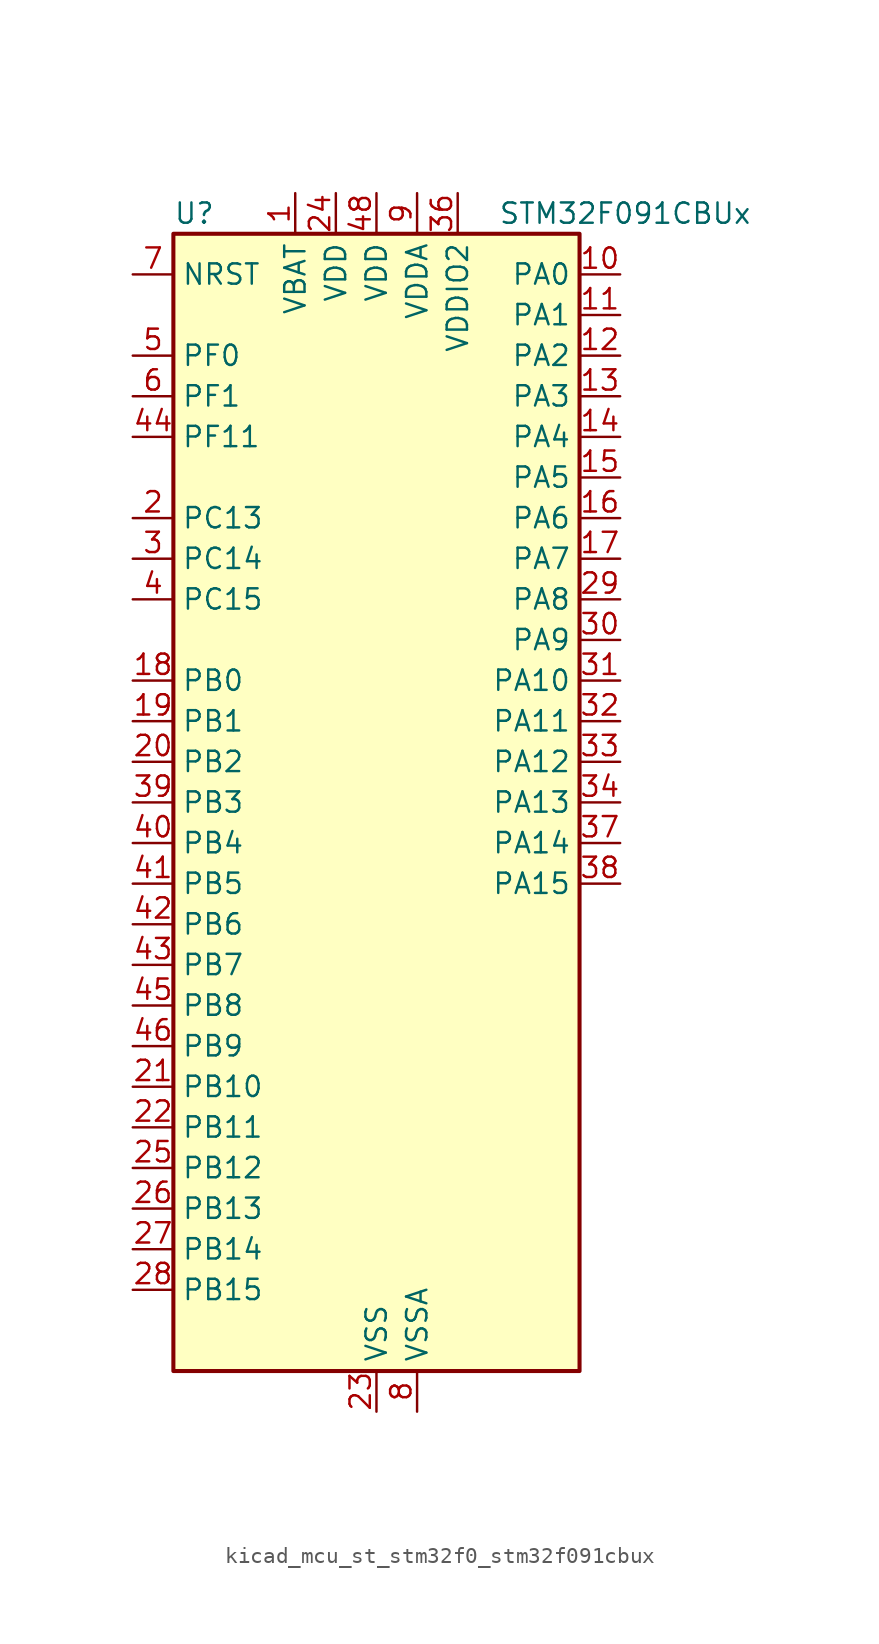
<source format=kicad_sym>
(kicad_symbol_lib
  (version 20220914)
  (generator kicad_symbol_editor)
  (symbol "kicad_mcu_st_stm32f0_stm32f091cbux"
    (property "Reference" "U"
      (at -12.7 36.83 0)
      (effects (font (size 1.27 1.27)) (justify left)))
    (property "Value" "STM32F091CBUx"
      (at 7.62 36.83 0)
      (effects (font (size 1.27 1.27)) (justify left)))
    (property "ki_locked" ""
      (at 0 0 0)
      (effects (font (size 1.27 1.27))))
    (symbol "kicad_mcu_st_stm32f0_stm32f091cbux_0_1"
      (rectangle (start -12.7 -35.56) (end 12.7 35.56) (stroke (width 0.254) (type default)) (fill (type background))))
    (symbol "kicad_mcu_st_stm32f0_stm32f091cbux_1_1"
      (pin power_in line (at -5.08 38.1 270) (length 2.54) (name "VBAT" (effects (font (size 1.27 1.27)))) (number "1" (effects (font (size 1.27 1.27)))))
      (pin bidirectional line (at 15.24 33.02 180) (length 2.54) (name "PA0" (effects (font (size 1.27 1.27)))) (number "10" (effects (font (size 1.27 1.27)))) (alternate "ADC_IN0" bidirectional line) (alternate "COMP1_INM" bidirectional line) (alternate "COMP1_OUT" bidirectional line) (alternate "RTC_TAMP2" bidirectional line) (alternate "SYS_WKUP1" bidirectional line) (alternate "TIM2_CH1" bidirectional line) (alternate "TIM2_ETR" bidirectional line) (alternate "TSC_G1_IO1" bidirectional line) (alternate "USART2_CTS" bidirectional line) (alternate "USART4_TX" bidirectional line))
      (pin bidirectional line (at 15.24 30.48 180) (length 2.54) (name "PA1" (effects (font (size 1.27 1.27)))) (number "11" (effects (font (size 1.27 1.27)))) (alternate "ADC_IN1" bidirectional line) (alternate "COMP1_INP" bidirectional line) (alternate "TIM15_CH1N" bidirectional line) (alternate "TIM2_CH2" bidirectional line) (alternate "TSC_G1_IO2" bidirectional line) (alternate "USART2_DE" bidirectional line) (alternate "USART2_RTS" bidirectional line) (alternate "USART4_RX" bidirectional line))
      (pin bidirectional line (at 15.24 27.94 180) (length 2.54) (name "PA2" (effects (font (size 1.27 1.27)))) (number "12" (effects (font (size 1.27 1.27)))) (alternate "ADC_IN2" bidirectional line) (alternate "COMP2_INM" bidirectional line) (alternate "COMP2_OUT" bidirectional line) (alternate "SYS_WKUP4" bidirectional line) (alternate "TIM15_CH1" bidirectional line) (alternate "TIM2_CH3" bidirectional line) (alternate "TSC_G1_IO3" bidirectional line) (alternate "USART2_TX" bidirectional line))
      (pin bidirectional line (at 15.24 25.4 180) (length 2.54) (name "PA3" (effects (font (size 1.27 1.27)))) (number "13" (effects (font (size 1.27 1.27)))) (alternate "ADC_IN3" bidirectional line) (alternate "COMP2_INP" bidirectional line) (alternate "TIM15_CH2" bidirectional line) (alternate "TIM2_CH4" bidirectional line) (alternate "TSC_G1_IO4" bidirectional line) (alternate "USART2_RX" bidirectional line))
      (pin bidirectional line (at 15.24 22.86 180) (length 2.54) (name "PA4" (effects (font (size 1.27 1.27)))) (number "14" (effects (font (size 1.27 1.27)))) (alternate "ADC_IN4" bidirectional line) (alternate "COMP1_INM" bidirectional line) (alternate "COMP2_INM" bidirectional line) (alternate "DAC_OUT1" bidirectional line) (alternate "I2S1_WS" bidirectional line) (alternate "SPI1_NSS" bidirectional line) (alternate "TIM14_CH1" bidirectional line) (alternate "TSC_G2_IO1" bidirectional line) (alternate "USART2_CK" bidirectional line) (alternate "USART6_TX" bidirectional line))
      (pin bidirectional line (at 15.24 20.32 180) (length 2.54) (name "PA5" (effects (font (size 1.27 1.27)))) (number "15" (effects (font (size 1.27 1.27)))) (alternate "ADC_IN5" bidirectional line) (alternate "CEC" bidirectional line) (alternate "COMP1_INM" bidirectional line) (alternate "COMP2_INM" bidirectional line) (alternate "DAC_OUT2" bidirectional line) (alternate "I2S1_CK" bidirectional line) (alternate "SPI1_SCK" bidirectional line) (alternate "TIM2_CH1" bidirectional line) (alternate "TIM2_ETR" bidirectional line) (alternate "TSC_G2_IO2" bidirectional line) (alternate "USART6_RX" bidirectional line))
      (pin bidirectional line (at 15.24 17.78 180) (length 2.54) (name "PA6" (effects (font (size 1.27 1.27)))) (number "16" (effects (font (size 1.27 1.27)))) (alternate "ADC_IN6" bidirectional line) (alternate "COMP1_OUT" bidirectional line) (alternate "I2S1_MCK" bidirectional line) (alternate "SPI1_MISO" bidirectional line) (alternate "TIM16_CH1" bidirectional line) (alternate "TIM1_BKIN" bidirectional line) (alternate "TIM3_CH1" bidirectional line) (alternate "TSC_G2_IO3" bidirectional line) (alternate "USART3_CTS" bidirectional line))
      (pin bidirectional line (at 15.24 15.24 180) (length 2.54) (name "PA7" (effects (font (size 1.27 1.27)))) (number "17" (effects (font (size 1.27 1.27)))) (alternate "ADC_IN7" bidirectional line) (alternate "COMP2_OUT" bidirectional line) (alternate "I2S1_SD" bidirectional line) (alternate "SPI1_MOSI" bidirectional line) (alternate "TIM14_CH1" bidirectional line) (alternate "TIM17_CH1" bidirectional line) (alternate "TIM1_CH1N" bidirectional line) (alternate "TIM3_CH2" bidirectional line) (alternate "TSC_G2_IO4" bidirectional line))
      (pin bidirectional line (at -15.24 7.62 0) (length 2.54) (name "PB0" (effects (font (size 1.27 1.27)))) (number "18" (effects (font (size 1.27 1.27)))) (alternate "ADC_IN8" bidirectional line) (alternate "TIM1_CH2N" bidirectional line) (alternate "TIM3_CH3" bidirectional line) (alternate "TSC_G3_IO2" bidirectional line) (alternate "USART3_CK" bidirectional line))
      (pin bidirectional line (at -15.24 5.08 0) (length 2.54) (name "PB1" (effects (font (size 1.27 1.27)))) (number "19" (effects (font (size 1.27 1.27)))) (alternate "ADC_IN9" bidirectional line) (alternate "TIM14_CH1" bidirectional line) (alternate "TIM1_CH3N" bidirectional line) (alternate "TIM3_CH4" bidirectional line) (alternate "TSC_G3_IO3" bidirectional line) (alternate "USART3_DE" bidirectional line) (alternate "USART3_RTS" bidirectional line))
      (pin bidirectional line (at -15.24 17.78 0) (length 2.54) (name "PC13" (effects (font (size 1.27 1.27)))) (number "2" (effects (font (size 1.27 1.27)))) (alternate "RTC_OUT_ALARM" bidirectional line) (alternate "RTC_OUT_CALIB" bidirectional line) (alternate "RTC_TAMP1" bidirectional line) (alternate "RTC_TS" bidirectional line) (alternate "SYS_WKUP2" bidirectional line))
      (pin bidirectional line (at -15.24 2.54 0) (length 2.54) (name "PB2" (effects (font (size 1.27 1.27)))) (number "20" (effects (font (size 1.27 1.27)))) (alternate "TSC_G3_IO4" bidirectional line))
      (pin bidirectional line (at -15.24 -17.78 0) (length 2.54) (name "PB10" (effects (font (size 1.27 1.27)))) (number "21" (effects (font (size 1.27 1.27)))) (alternate "CEC" bidirectional line) (alternate "I2C2_SCL" bidirectional line) (alternate "I2S2_CK" bidirectional line) (alternate "SPI2_SCK" bidirectional line) (alternate "TIM2_CH3" bidirectional line) (alternate "TSC_SYNC" bidirectional line) (alternate "USART3_TX" bidirectional line))
      (pin bidirectional line (at -15.24 -20.32 0) (length 2.54) (name "PB11" (effects (font (size 1.27 1.27)))) (number "22" (effects (font (size 1.27 1.27)))) (alternate "I2C2_SDA" bidirectional line) (alternate "TIM2_CH4" bidirectional line) (alternate "TSC_G6_IO1" bidirectional line) (alternate "USART3_RX" bidirectional line))
      (pin power_in line (at 0 -38.1 90) (length 2.54) (name "VSS" (effects (font (size 1.27 1.27)))) (number "23" (effects (font (size 1.27 1.27)))))
      (pin power_in line (at -2.54 38.1 270) (length 2.54) (name "VDD" (effects (font (size 1.27 1.27)))) (number "24" (effects (font (size 1.27 1.27)))))
      (pin bidirectional line (at -15.24 -22.86 0) (length 2.54) (name "PB12" (effects (font (size 1.27 1.27)))) (number "25" (effects (font (size 1.27 1.27)))) (alternate "I2S2_WS" bidirectional line) (alternate "SPI2_NSS" bidirectional line) (alternate "TIM15_BKIN" bidirectional line) (alternate "TIM1_BKIN" bidirectional line) (alternate "TSC_G6_IO2" bidirectional line) (alternate "USART3_CK" bidirectional line))
      (pin bidirectional line (at -15.24 -25.4 0) (length 2.54) (name "PB13" (effects (font (size 1.27 1.27)))) (number "26" (effects (font (size 1.27 1.27)))) (alternate "I2C2_SCL" bidirectional line) (alternate "I2S2_CK" bidirectional line) (alternate "SPI2_SCK" bidirectional line) (alternate "TIM1_CH1N" bidirectional line) (alternate "TSC_G6_IO3" bidirectional line) (alternate "USART3_CTS" bidirectional line))
      (pin bidirectional line (at -15.24 -27.94 0) (length 2.54) (name "PB14" (effects (font (size 1.27 1.27)))) (number "27" (effects (font (size 1.27 1.27)))) (alternate "I2C2_SDA" bidirectional line) (alternate "I2S2_MCK" bidirectional line) (alternate "SPI2_MISO" bidirectional line) (alternate "TIM15_CH1" bidirectional line) (alternate "TIM1_CH2N" bidirectional line) (alternate "TSC_G6_IO4" bidirectional line) (alternate "USART3_DE" bidirectional line) (alternate "USART3_RTS" bidirectional line))
      (pin bidirectional line (at -15.24 -30.48 0) (length 2.54) (name "PB15" (effects (font (size 1.27 1.27)))) (number "28" (effects (font (size 1.27 1.27)))) (alternate "I2S2_SD" bidirectional line) (alternate "RTC_REFIN" bidirectional line) (alternate "SPI2_MOSI" bidirectional line) (alternate "SYS_WKUP7" bidirectional line) (alternate "TIM15_CH1N" bidirectional line) (alternate "TIM15_CH2" bidirectional line) (alternate "TIM1_CH3N" bidirectional line))
      (pin bidirectional line (at 15.24 12.7 180) (length 2.54) (name "PA8" (effects (font (size 1.27 1.27)))) (number "29" (effects (font (size 1.27 1.27)))) (alternate "CRS_SYNC" bidirectional line) (alternate "RCC_MCO" bidirectional line) (alternate "TIM1_CH1" bidirectional line) (alternate "USART1_CK" bidirectional line))
      (pin bidirectional line (at -15.24 15.24 0) (length 2.54) (name "PC14" (effects (font (size 1.27 1.27)))) (number "3" (effects (font (size 1.27 1.27)))) (alternate "RCC_OSC32_IN" bidirectional line))
      (pin bidirectional line (at 15.24 10.16 180) (length 2.54) (name "PA9" (effects (font (size 1.27 1.27)))) (number "30" (effects (font (size 1.27 1.27)))) (alternate "DAC_EXTI9" bidirectional line) (alternate "I2C1_SCL" bidirectional line) (alternate "RCC_MCO" bidirectional line) (alternate "TIM15_BKIN" bidirectional line) (alternate "TIM1_CH2" bidirectional line) (alternate "TSC_G4_IO1" bidirectional line) (alternate "USART1_TX" bidirectional line))
      (pin bidirectional line (at 15.24 7.62 180) (length 2.54) (name "PA10" (effects (font (size 1.27 1.27)))) (number "31" (effects (font (size 1.27 1.27)))) (alternate "I2C1_SDA" bidirectional line) (alternate "TIM17_BKIN" bidirectional line) (alternate "TIM1_CH3" bidirectional line) (alternate "TSC_G4_IO2" bidirectional line) (alternate "USART1_RX" bidirectional line))
      (pin bidirectional line (at 15.24 5.08 180) (length 2.54) (name "PA11" (effects (font (size 1.27 1.27)))) (number "32" (effects (font (size 1.27 1.27)))) (alternate "CAN_RX" bidirectional line) (alternate "COMP1_OUT" bidirectional line) (alternate "I2C2_SCL" bidirectional line) (alternate "TIM1_CH4" bidirectional line) (alternate "TSC_G4_IO3" bidirectional line) (alternate "USART1_CTS" bidirectional line))
      (pin bidirectional line (at 15.24 2.54 180) (length 2.54) (name "PA12" (effects (font (size 1.27 1.27)))) (number "33" (effects (font (size 1.27 1.27)))) (alternate "CAN_TX" bidirectional line) (alternate "COMP2_OUT" bidirectional line) (alternate "I2C2_SDA" bidirectional line) (alternate "TIM1_ETR" bidirectional line) (alternate "TSC_G4_IO4" bidirectional line) (alternate "USART1_DE" bidirectional line) (alternate "USART1_RTS" bidirectional line))
      (pin bidirectional line (at 15.24 0 180) (length 2.54) (name "PA13" (effects (font (size 1.27 1.27)))) (number "34" (effects (font (size 1.27 1.27)))) (alternate "IR_OUT" bidirectional line) (alternate "SYS_SWDIO" bidirectional line))
      (pin passive line (at 0 -38.1 90) (length 2.54) hide (name "VSS" (effects (font (size 1.27 1.27)))) (number "35" (effects (font (size 1.27 1.27)))))
      (pin power_in line (at 5.08 38.1 270) (length 2.54) (name "VDDIO2" (effects (font (size 1.27 1.27)))) (number "36" (effects (font (size 1.27 1.27)))))
      (pin bidirectional line (at 15.24 -2.54 180) (length 2.54) (name "PA14" (effects (font (size 1.27 1.27)))) (number "37" (effects (font (size 1.27 1.27)))) (alternate "SYS_SWCLK" bidirectional line) (alternate "USART2_TX" bidirectional line))
      (pin bidirectional line (at 15.24 -5.08 180) (length 2.54) (name "PA15" (effects (font (size 1.27 1.27)))) (number "38" (effects (font (size 1.27 1.27)))) (alternate "I2S1_WS" bidirectional line) (alternate "SPI1_NSS" bidirectional line) (alternate "TIM2_CH1" bidirectional line) (alternate "TIM2_ETR" bidirectional line) (alternate "USART2_RX" bidirectional line) (alternate "USART4_DE" bidirectional line) (alternate "USART4_RTS" bidirectional line))
      (pin bidirectional line (at -15.24 0 0) (length 2.54) (name "PB3" (effects (font (size 1.27 1.27)))) (number "39" (effects (font (size 1.27 1.27)))) (alternate "I2S1_CK" bidirectional line) (alternate "SPI1_SCK" bidirectional line) (alternate "TIM2_CH2" bidirectional line) (alternate "TSC_G5_IO1" bidirectional line) (alternate "USART5_TX" bidirectional line))
      (pin bidirectional line (at -15.24 12.7 0) (length 2.54) (name "PC15" (effects (font (size 1.27 1.27)))) (number "4" (effects (font (size 1.27 1.27)))) (alternate "RCC_OSC32_OUT" bidirectional line))
      (pin bidirectional line (at -15.24 -2.54 0) (length 2.54) (name "PB4" (effects (font (size 1.27 1.27)))) (number "40" (effects (font (size 1.27 1.27)))) (alternate "I2S1_MCK" bidirectional line) (alternate "SPI1_MISO" bidirectional line) (alternate "TIM17_BKIN" bidirectional line) (alternate "TIM3_CH1" bidirectional line) (alternate "TSC_G5_IO2" bidirectional line) (alternate "USART5_RX" bidirectional line))
      (pin bidirectional line (at -15.24 -5.08 0) (length 2.54) (name "PB5" (effects (font (size 1.27 1.27)))) (number "41" (effects (font (size 1.27 1.27)))) (alternate "I2C1_SMBA" bidirectional line) (alternate "I2S1_SD" bidirectional line) (alternate "SPI1_MOSI" bidirectional line) (alternate "SYS_WKUP6" bidirectional line) (alternate "TIM16_BKIN" bidirectional line) (alternate "TIM3_CH2" bidirectional line) (alternate "USART5_CK" bidirectional line) (alternate "USART5_DE" bidirectional line) (alternate "USART5_RTS" bidirectional line))
      (pin bidirectional line (at -15.24 -7.62 0) (length 2.54) (name "PB6" (effects (font (size 1.27 1.27)))) (number "42" (effects (font (size 1.27 1.27)))) (alternate "I2C1_SCL" bidirectional line) (alternate "TIM16_CH1N" bidirectional line) (alternate "TSC_G5_IO3" bidirectional line) (alternate "USART1_TX" bidirectional line))
      (pin bidirectional line (at -15.24 -10.16 0) (length 2.54) (name "PB7" (effects (font (size 1.27 1.27)))) (number "43" (effects (font (size 1.27 1.27)))) (alternate "I2C1_SDA" bidirectional line) (alternate "TIM17_CH1N" bidirectional line) (alternate "TSC_G5_IO4" bidirectional line) (alternate "USART1_RX" bidirectional line) (alternate "USART4_CTS" bidirectional line))
      (pin bidirectional line (at -15.24 22.86 0) (length 2.54) (name "PF11" (effects (font (size 1.27 1.27)))) (number "44" (effects (font (size 1.27 1.27)))))
      (pin bidirectional line (at -15.24 -12.7 0) (length 2.54) (name "PB8" (effects (font (size 1.27 1.27)))) (number "45" (effects (font (size 1.27 1.27)))) (alternate "CAN_RX" bidirectional line) (alternate "CEC" bidirectional line) (alternate "I2C1_SCL" bidirectional line) (alternate "TIM16_CH1" bidirectional line) (alternate "TSC_SYNC" bidirectional line))
      (pin bidirectional line (at -15.24 -15.24 0) (length 2.54) (name "PB9" (effects (font (size 1.27 1.27)))) (number "46" (effects (font (size 1.27 1.27)))) (alternate "CAN_TX" bidirectional line) (alternate "DAC_EXTI9" bidirectional line) (alternate "I2C1_SDA" bidirectional line) (alternate "I2S2_WS" bidirectional line) (alternate "IR_OUT" bidirectional line) (alternate "SPI2_NSS" bidirectional line) (alternate "TIM17_CH1" bidirectional line))
      (pin passive line (at 0 -38.1 90) (length 2.54) hide (name "VSS" (effects (font (size 1.27 1.27)))) (number "47" (effects (font (size 1.27 1.27)))))
      (pin power_in line (at 0 38.1 270) (length 2.54) (name "VDD" (effects (font (size 1.27 1.27)))) (number "48" (effects (font (size 1.27 1.27)))))
      (pin passive line (at 0 -38.1 90) (length 2.54) hide (name "VSS" (effects (font (size 1.27 1.27)))) (number "49" (effects (font (size 1.27 1.27)))))
      (pin bidirectional line (at -15.24 27.94 0) (length 2.54) (name "PF0" (effects (font (size 1.27 1.27)))) (number "5" (effects (font (size 1.27 1.27)))) (alternate "CRS_SYNC" bidirectional line) (alternate "I2C1_SDA" bidirectional line) (alternate "RCC_OSC_IN" bidirectional line))
      (pin bidirectional line (at -15.24 25.4 0) (length 2.54) (name "PF1" (effects (font (size 1.27 1.27)))) (number "6" (effects (font (size 1.27 1.27)))) (alternate "I2C1_SCL" bidirectional line) (alternate "RCC_OSC_OUT" bidirectional line))
      (pin input line (at -15.24 33.02 0) (length 2.54) (name "NRST" (effects (font (size 1.27 1.27)))) (number "7" (effects (font (size 1.27 1.27)))))
      (pin power_in line (at 2.54 -38.1 90) (length 2.54) (name "VSSA" (effects (font (size 1.27 1.27)))) (number "8" (effects (font (size 1.27 1.27)))))
      (pin power_in line (at 2.54 38.1 270) (length 2.54) (name "VDDA" (effects (font (size 1.27 1.27)))) (number "9" (effects (font (size 1.27 1.27))))))))
</source>
